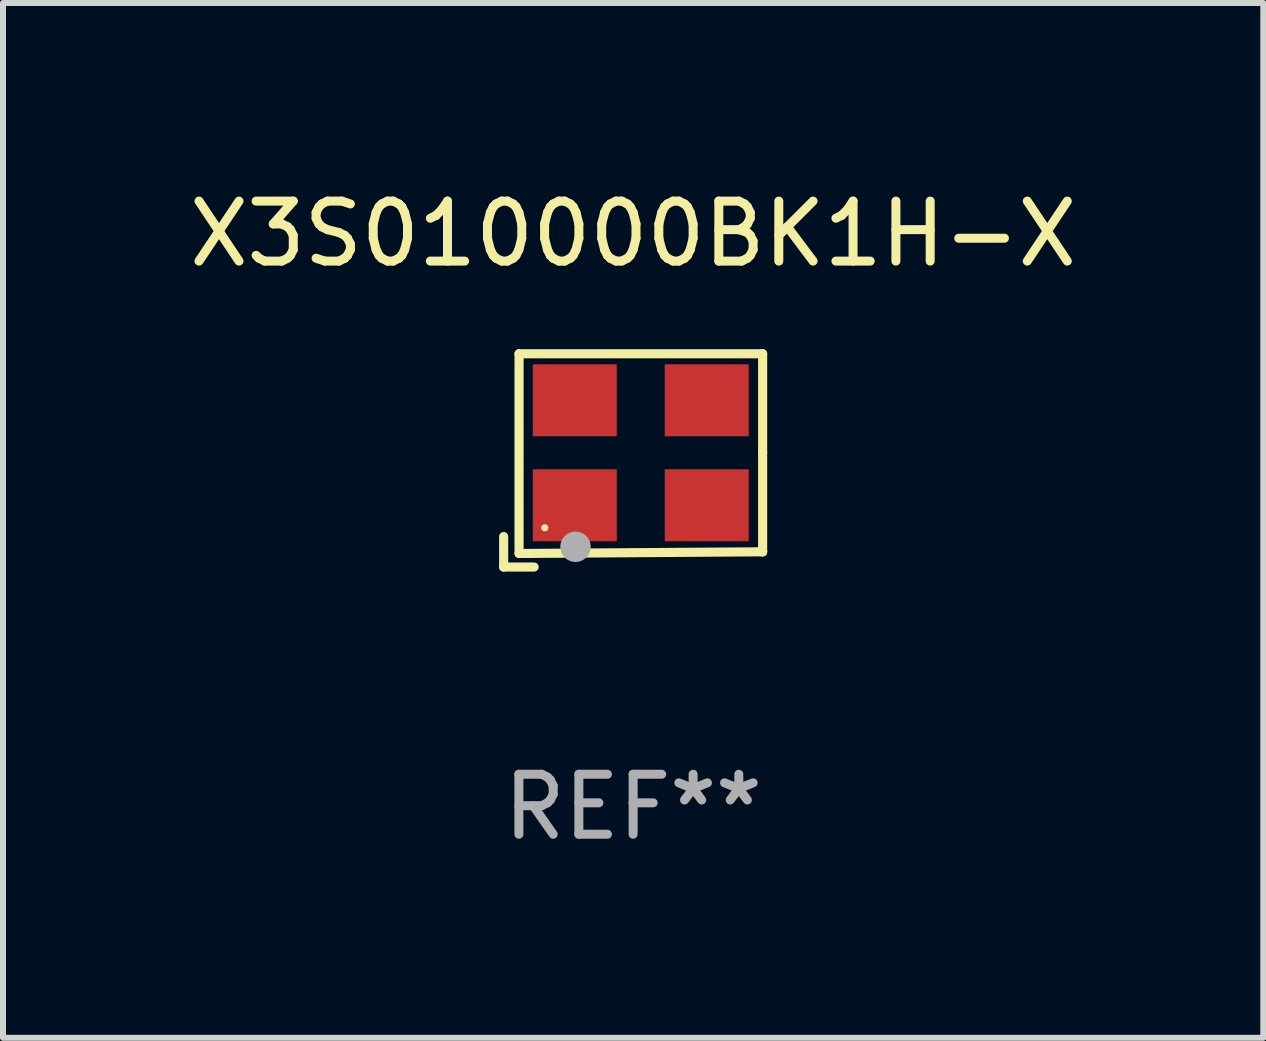
<source format=kicad_pcb>
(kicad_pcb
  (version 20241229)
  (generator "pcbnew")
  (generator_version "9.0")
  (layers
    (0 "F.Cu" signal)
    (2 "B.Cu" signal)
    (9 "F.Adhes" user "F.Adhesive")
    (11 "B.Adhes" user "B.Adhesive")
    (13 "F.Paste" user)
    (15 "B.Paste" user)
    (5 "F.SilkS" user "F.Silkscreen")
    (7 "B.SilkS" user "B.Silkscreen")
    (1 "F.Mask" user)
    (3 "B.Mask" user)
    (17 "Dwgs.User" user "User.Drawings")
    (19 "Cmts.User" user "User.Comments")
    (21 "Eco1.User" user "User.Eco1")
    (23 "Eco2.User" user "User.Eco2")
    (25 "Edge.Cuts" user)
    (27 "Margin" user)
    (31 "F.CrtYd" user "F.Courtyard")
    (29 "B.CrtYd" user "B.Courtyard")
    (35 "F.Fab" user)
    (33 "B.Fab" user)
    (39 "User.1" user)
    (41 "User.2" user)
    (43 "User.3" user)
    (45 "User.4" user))
  (footprint "X3S010000BK1H-X"
    (layer "F.Cu")
    (at 7.506 4.626)
    (property "Reference" "X3S010000BK1H-X" (at 0 -3.778 0) (layer "F.SilkS") (effects (font (size 1 1) (thickness 0.15))))
    (attr through_hole)
    (fp_line (start -2.159 1.27) (end -2.159 1.778) (stroke (width 0.152) (type solid)) (layer "F.SilkS"))
    (fp_line (start -2.159 1.778) (end -1.651 1.778) (stroke (width 0.152) (type solid)) (layer "F.SilkS"))
    (fp_line (start -1.902 -1.778) (end 2.159 -1.778) (stroke (width 0.152) (type solid)) (layer "F.SilkS"))
    (fp_line (start -1.902 1.552) (end -1.902 -1.778) (stroke (width 0.152) (type solid)) (layer "F.SilkS"))
    (fp_line (start 2.159 -1.778) (end 2.159 -0.127) (stroke (width 0.152) (type solid)) (layer "F.SilkS"))
    (fp_line (start 2.159 -0.127) (end 2.159 1.524) (stroke (width 0.152) (type solid)) (layer "F.SilkS"))
    (fp_line (start 2.159 1.524) (end -1.902 1.552) (stroke (width 0.152) (type solid)) (layer "F.SilkS"))
    (fp_line (start 2.159 1.524) (end 2.159 1.524) (stroke (width 0.152) (type solid)) (layer "F.SilkS"))
    (fp_circle (center -1.473 1.123) (end -1.443 1.123) (stroke (width 0.06) (type solid)) (fill no) (layer "F.SilkS"))
    (fp_circle (center -0.961 1.44) (end -0.834 1.44) (stroke (width 0.254) (type solid)) (fill no) (layer "F.Fab"))
    (fp_text user "REF**" (at 0 5.778 0) (layer "F.Fab") (effects (font (size 1 1) (thickness 0.15))))
    (pad "1" smd rect (at -0.973 0.748) (size 1.4 1.2) (layers "F.Cu" "F.Mask" "F.Paste"))
    (pad "2" smd rect (at 1.227 0.748) (size 1.4 1.2) (layers "F.Cu" "F.Mask" "F.Paste"))
    (pad "3" smd rect (at 1.227 -1.002) (size 1.4 1.2) (layers "F.Cu" "F.Mask" "F.Paste"))
    (pad "4" smd rect (at -0.973 -1.002) (size 1.4 1.2) (layers "F.Cu" "F.Mask" "F.Paste")))
  (gr_rect
    (start -3 -3)
    (end 18.012 14.253)
    (stroke (width 0.1) (type default))
    (fill no)
    (layer "Edge.Cuts")))
</source>
